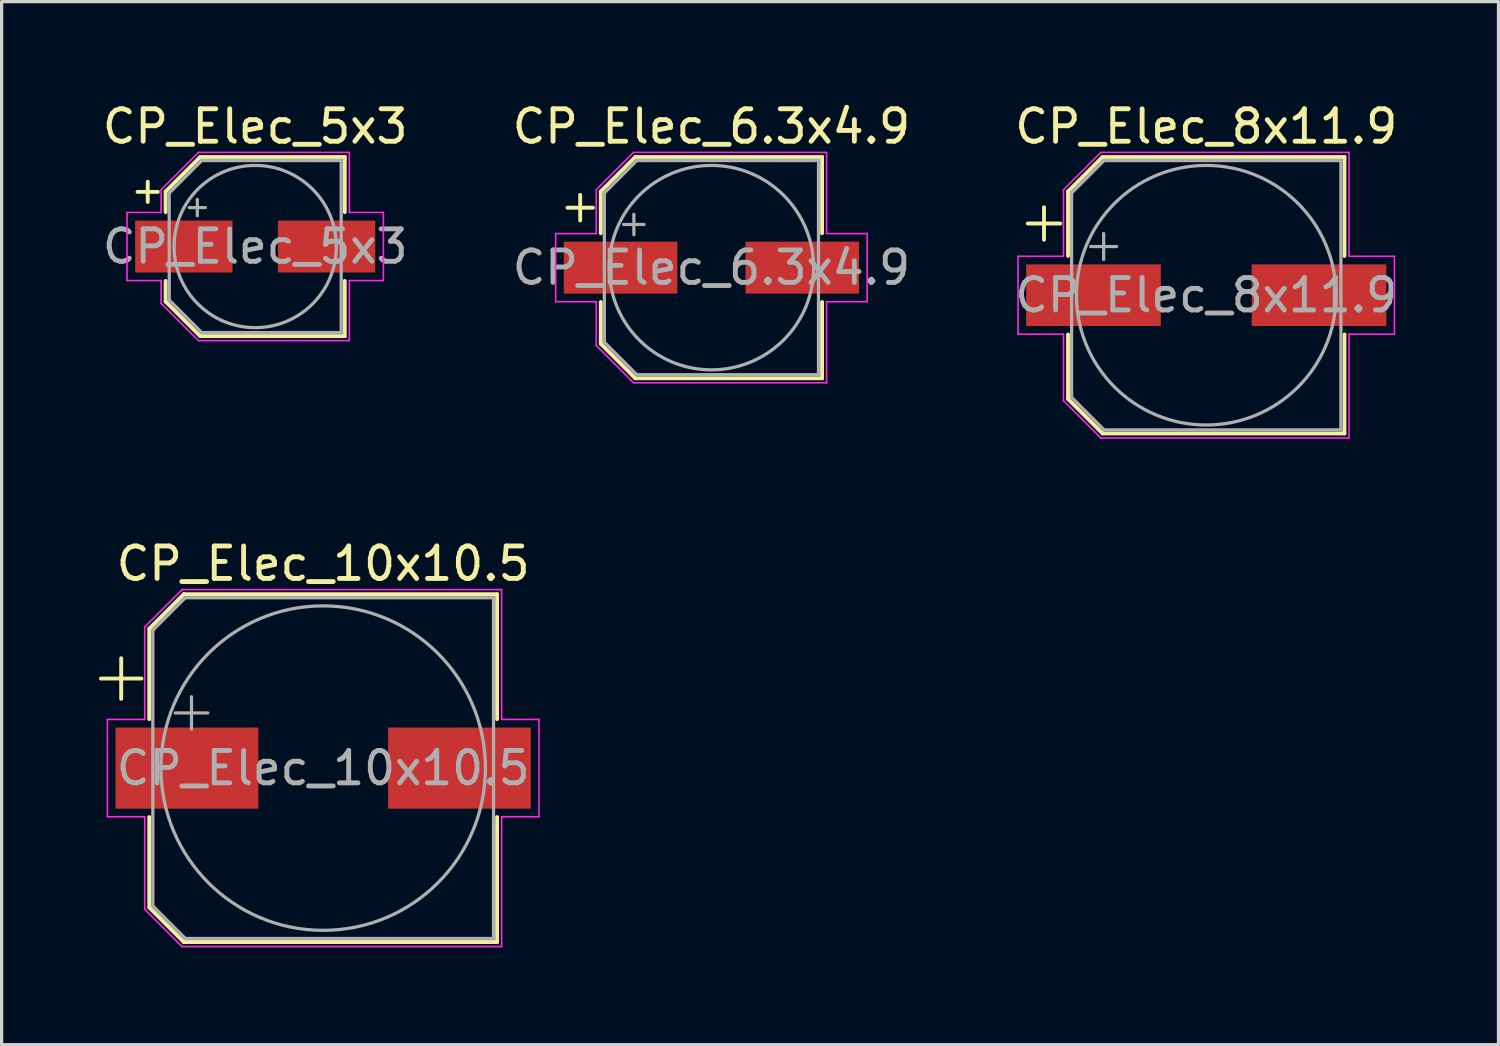
<source format=kicad_pcb>
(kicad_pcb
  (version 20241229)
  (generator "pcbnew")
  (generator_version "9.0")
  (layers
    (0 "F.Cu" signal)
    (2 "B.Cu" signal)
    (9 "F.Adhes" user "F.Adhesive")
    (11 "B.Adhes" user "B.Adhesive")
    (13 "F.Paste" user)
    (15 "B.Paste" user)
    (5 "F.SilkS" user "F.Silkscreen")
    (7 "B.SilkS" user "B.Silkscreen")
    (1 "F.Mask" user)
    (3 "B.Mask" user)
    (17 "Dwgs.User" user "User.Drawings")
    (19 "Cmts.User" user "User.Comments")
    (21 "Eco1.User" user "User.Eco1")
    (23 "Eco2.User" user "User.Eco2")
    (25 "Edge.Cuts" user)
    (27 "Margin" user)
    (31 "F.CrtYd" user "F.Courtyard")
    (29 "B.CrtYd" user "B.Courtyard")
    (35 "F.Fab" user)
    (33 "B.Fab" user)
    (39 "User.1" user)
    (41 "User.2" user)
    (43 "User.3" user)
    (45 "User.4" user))
  (footprint "CP_Elec_10x10.5"
    (layer "F.Cu")
    (at 6.91 20.622)
    (property "Reference" "CP_Elec_10x10.5" (at 0 -6.3 0) (layer "F.SilkS") (effects (font (size 1 1) (thickness 0.15))))
    (attr smd)
    (fp_line (start -6.85 -2.76) (end -5.6 -2.76) (stroke (width 0.12) (type solid)) (layer "F.SilkS"))
    (fp_line (start -6.225 -3.385) (end -6.225 -2.135) (stroke (width 0.12) (type solid)) (layer "F.SilkS"))
    (fp_line (start -5.36 -4.296) (end -5.36 -1.51) (stroke (width 0.12) (type solid)) (layer "F.SilkS"))
    (fp_line (start -5.36 -4.296) (end -4.296 -5.36) (stroke (width 0.12) (type solid)) (layer "F.SilkS"))
    (fp_line (start -5.36 4.296) (end -5.36 1.51) (stroke (width 0.12) (type solid)) (layer "F.SilkS"))
    (fp_line (start -5.36 4.296) (end -4.296 5.36) (stroke (width 0.12) (type solid)) (layer "F.SilkS"))
    (fp_line (start -4.296 -5.36) (end 5.36 -5.36) (stroke (width 0.12) (type solid)) (layer "F.SilkS"))
    (fp_line (start -4.296 5.36) (end 5.36 5.36) (stroke (width 0.12) (type solid)) (layer "F.SilkS"))
    (fp_line (start 5.36 -5.36) (end 5.36 -1.51) (stroke (width 0.12) (type solid)) (layer "F.SilkS"))
    (fp_line (start 5.36 5.36) (end 5.36 1.51) (stroke (width 0.12) (type solid)) (layer "F.SilkS"))
    (fp_line (start -6.65 -1.5) (end -6.65 1.5) (stroke (width 0.05) (type solid)) (layer "F.CrtYd"))
    (fp_line (start -6.65 1.5) (end -5.5 1.5) (stroke (width 0.05) (type solid)) (layer "F.CrtYd"))
    (fp_line (start -5.5 -4.35) (end -5.5 -1.5) (stroke (width 0.05) (type solid)) (layer "F.CrtYd"))
    (fp_line (start -5.5 -4.35) (end -4.35 -5.5) (stroke (width 0.05) (type solid)) (layer "F.CrtYd"))
    (fp_line (start -5.5 -1.5) (end -6.65 -1.5) (stroke (width 0.05) (type solid)) (layer "F.CrtYd"))
    (fp_line (start -5.5 1.5) (end -5.5 4.35) (stroke (width 0.05) (type solid)) (layer "F.CrtYd"))
    (fp_line (start -5.5 4.35) (end -4.35 5.5) (stroke (width 0.05) (type solid)) (layer "F.CrtYd"))
    (fp_line (start -4.35 -5.5) (end 5.5 -5.5) (stroke (width 0.05) (type solid)) (layer "F.CrtYd"))
    (fp_line (start -4.35 5.5) (end 5.5 5.5) (stroke (width 0.05) (type solid)) (layer "F.CrtYd"))
    (fp_line (start 5.5 -5.5) (end 5.5 -1.5) (stroke (width 0.05) (type solid)) (layer "F.CrtYd"))
    (fp_line (start 5.5 -1.5) (end 6.65 -1.5) (stroke (width 0.05) (type solid)) (layer "F.CrtYd"))
    (fp_line (start 5.5 1.5) (end 5.5 5.5) (stroke (width 0.05) (type solid)) (layer "F.CrtYd"))
    (fp_line (start 6.65 -1.5) (end 6.65 1.5) (stroke (width 0.05) (type solid)) (layer "F.CrtYd"))
    (fp_line (start 6.65 1.5) (end 5.5 1.5) (stroke (width 0.05) (type solid)) (layer "F.CrtYd"))
    (fp_line (start -5.25 -4.25) (end -5.25 4.25) (stroke (width 0.1) (type solid)) (layer "F.Fab"))
    (fp_line (start -5.25 -4.25) (end -4.25 -5.25) (stroke (width 0.1) (type solid)) (layer "F.Fab"))
    (fp_line (start -5.25 4.25) (end -4.25 5.25) (stroke (width 0.1) (type solid)) (layer "F.Fab"))
    (fp_line (start -4.558 -1.7) (end -3.558 -1.7) (stroke (width 0.1) (type solid)) (layer "F.Fab"))
    (fp_line (start -4.25 -5.25) (end 5.25 -5.25) (stroke (width 0.1) (type solid)) (layer "F.Fab"))
    (fp_line (start -4.25 5.25) (end 5.25 5.25) (stroke (width 0.1) (type solid)) (layer "F.Fab"))
    (fp_line (start -4.058 -2.2) (end -4.058 -1.2) (stroke (width 0.1) (type solid)) (layer "F.Fab"))
    (fp_line (start 5.25 -5.25) (end 5.25 5.25) (stroke (width 0.1) (type solid)) (layer "F.Fab"))
    (fp_circle (center 0 0) (end 5 0) (stroke (width 0.1) (type solid)) (fill no) (layer "F.Fab"))
    (fp_text user "${REFERENCE}" (at 0 0 0) (layer "F.Fab") (effects (font (size 1 1) (thickness 0.15))))
    (pad "1" smd rect (at -4.2 0) (size 4.4 2.5) (layers "F.Cu" "F.Mask" "F.Paste"))
    (pad "2" smd rect (at 4.2 0) (size 4.4 2.5) (layers "F.Cu" "F.Mask" "F.Paste")))
  (footprint "CP_Elec_8x11.9"
    (layer "F.Cu")
    (at 34.125 6.048)
    (property "Reference" "CP_Elec_8x11.9" (at 0 -5.2 0) (layer "F.SilkS") (effects (font (size 1 1) (thickness 0.15))))
    (attr smd)
    (fp_line (start -5.5 -2.21) (end -4.5 -2.21) (stroke (width 0.12) (type solid)) (layer "F.SilkS"))
    (fp_line (start -5 -2.71) (end -5 -1.71) (stroke (width 0.12) (type solid)) (layer "F.SilkS"))
    (fp_line (start -4.26 -3.196) (end -4.26 -1.21) (stroke (width 0.12) (type solid)) (layer "F.SilkS"))
    (fp_line (start -4.26 -3.196) (end -3.196 -4.26) (stroke (width 0.12) (type solid)) (layer "F.SilkS"))
    (fp_line (start -4.26 3.196) (end -4.26 1.21) (stroke (width 0.12) (type solid)) (layer "F.SilkS"))
    (fp_line (start -4.26 3.196) (end -3.196 4.26) (stroke (width 0.12) (type solid)) (layer "F.SilkS"))
    (fp_line (start -3.196 -4.26) (end 4.26 -4.26) (stroke (width 0.12) (type solid)) (layer "F.SilkS"))
    (fp_line (start -3.196 4.26) (end 4.26 4.26) (stroke (width 0.12) (type solid)) (layer "F.SilkS"))
    (fp_line (start 4.26 -4.26) (end 4.26 -1.21) (stroke (width 0.12) (type solid)) (layer "F.SilkS"))
    (fp_line (start 4.26 4.26) (end 4.26 1.21) (stroke (width 0.12) (type solid)) (layer "F.SilkS"))
    (fp_line (start -5.8 -1.2) (end -5.8 1.2) (stroke (width 0.05) (type solid)) (layer "F.CrtYd"))
    (fp_line (start -5.8 1.2) (end -4.4 1.2) (stroke (width 0.05) (type solid)) (layer "F.CrtYd"))
    (fp_line (start -4.4 -3.25) (end -4.4 -1.2) (stroke (width 0.05) (type solid)) (layer "F.CrtYd"))
    (fp_line (start -4.4 -3.25) (end -3.25 -4.4) (stroke (width 0.05) (type solid)) (layer "F.CrtYd"))
    (fp_line (start -4.4 -1.2) (end -5.8 -1.2) (stroke (width 0.05) (type solid)) (layer "F.CrtYd"))
    (fp_line (start -4.4 1.2) (end -4.4 3.25) (stroke (width 0.05) (type solid)) (layer "F.CrtYd"))
    (fp_line (start -4.4 3.25) (end -3.25 4.4) (stroke (width 0.05) (type solid)) (layer "F.CrtYd"))
    (fp_line (start -3.25 -4.4) (end 4.4 -4.4) (stroke (width 0.05) (type solid)) (layer "F.CrtYd"))
    (fp_line (start -3.25 4.4) (end 4.4 4.4) (stroke (width 0.05) (type solid)) (layer "F.CrtYd"))
    (fp_line (start 4.4 -4.4) (end 4.4 -1.2) (stroke (width 0.05) (type solid)) (layer "F.CrtYd"))
    (fp_line (start 4.4 -1.2) (end 5.8 -1.2) (stroke (width 0.05) (type solid)) (layer "F.CrtYd"))
    (fp_line (start 4.4 1.2) (end 4.4 4.4) (stroke (width 0.05) (type solid)) (layer "F.CrtYd"))
    (fp_line (start 5.8 -1.2) (end 5.8 1.2) (stroke (width 0.05) (type solid)) (layer "F.CrtYd"))
    (fp_line (start 5.8 1.2) (end 4.4 1.2) (stroke (width 0.05) (type solid)) (layer "F.CrtYd"))
    (fp_line (start -4.15 -3.15) (end -4.15 3.15) (stroke (width 0.1) (type solid)) (layer "F.Fab"))
    (fp_line (start -4.15 -3.15) (end -3.15 -4.15) (stroke (width 0.1) (type solid)) (layer "F.Fab"))
    (fp_line (start -4.15 3.15) (end -3.15 4.15) (stroke (width 0.1) (type solid)) (layer "F.Fab"))
    (fp_line (start -3.562 -1.5) (end -2.762 -1.5) (stroke (width 0.1) (type solid)) (layer "F.Fab"))
    (fp_line (start -3.162 -1.9) (end -3.162 -1.1) (stroke (width 0.1) (type solid)) (layer "F.Fab"))
    (fp_line (start -3.15 -4.15) (end 4.15 -4.15) (stroke (width 0.1) (type solid)) (layer "F.Fab"))
    (fp_line (start -3.15 4.15) (end 4.15 4.15) (stroke (width 0.1) (type solid)) (layer "F.Fab"))
    (fp_line (start 4.15 -4.15) (end 4.15 4.15) (stroke (width 0.1) (type solid)) (layer "F.Fab"))
    (fp_circle (center 0 0) (end 4 0) (stroke (width 0.1) (type solid)) (fill no) (layer "F.Fab"))
    (fp_text user "${REFERENCE}" (at 0 0 0) (layer "F.Fab") (effects (font (size 1 1) (thickness 0.15))))
    (pad "1" smd rect (at -3.475 0) (size 4.15 1.9) (layers "F.Cu" "F.Mask" "F.Paste"))
    (pad "2" smd rect (at 3.475 0) (size 4.15 1.9) (layers "F.Cu" "F.Mask" "F.Paste")))
  (footprint "CP_Elec_6.3x4.9"
    (layer "F.Cu")
    (at 18.875 5.198)
    (property "Reference" "CP_Elec_6.3x4.9" (at 0 -4.35 0) (layer "F.SilkS") (effects (font (size 1 1) (thickness 0.15))))
    (attr smd)
    (fp_line (start -4.438 -1.847) (end -3.65 -1.847) (stroke (width 0.12) (type solid)) (layer "F.SilkS"))
    (fp_line (start -4.044 -2.241) (end -4.044 -1.454) (stroke (width 0.12) (type solid)) (layer "F.SilkS"))
    (fp_line (start -3.41 -2.346) (end -3.41 -1.06) (stroke (width 0.12) (type solid)) (layer "F.SilkS"))
    (fp_line (start -3.41 -2.346) (end -2.346 -3.41) (stroke (width 0.12) (type solid)) (layer "F.SilkS"))
    (fp_line (start -3.41 2.346) (end -3.41 1.06) (stroke (width 0.12) (type solid)) (layer "F.SilkS"))
    (fp_line (start -3.41 2.346) (end -2.346 3.41) (stroke (width 0.12) (type solid)) (layer "F.SilkS"))
    (fp_line (start -2.346 -3.41) (end 3.41 -3.41) (stroke (width 0.12) (type solid)) (layer "F.SilkS"))
    (fp_line (start -2.346 3.41) (end 3.41 3.41) (stroke (width 0.12) (type solid)) (layer "F.SilkS"))
    (fp_line (start 3.41 -3.41) (end 3.41 -1.06) (stroke (width 0.12) (type solid)) (layer "F.SilkS"))
    (fp_line (start 3.41 3.41) (end 3.41 1.06) (stroke (width 0.12) (type solid)) (layer "F.SilkS"))
    (fp_line (start -4.8 -1.05) (end -4.8 1.05) (stroke (width 0.05) (type solid)) (layer "F.CrtYd"))
    (fp_line (start -4.8 1.05) (end -3.55 1.05) (stroke (width 0.05) (type solid)) (layer "F.CrtYd"))
    (fp_line (start -3.55 -2.4) (end -3.55 -1.05) (stroke (width 0.05) (type solid)) (layer "F.CrtYd"))
    (fp_line (start -3.55 -2.4) (end -2.4 -3.55) (stroke (width 0.05) (type solid)) (layer "F.CrtYd"))
    (fp_line (start -3.55 -1.05) (end -4.8 -1.05) (stroke (width 0.05) (type solid)) (layer "F.CrtYd"))
    (fp_line (start -3.55 1.05) (end -3.55 2.4) (stroke (width 0.05) (type solid)) (layer "F.CrtYd"))
    (fp_line (start -3.55 2.4) (end -2.4 3.55) (stroke (width 0.05) (type solid)) (layer "F.CrtYd"))
    (fp_line (start -2.4 -3.55) (end 3.55 -3.55) (stroke (width 0.05) (type solid)) (layer "F.CrtYd"))
    (fp_line (start -2.4 3.55) (end 3.55 3.55) (stroke (width 0.05) (type solid)) (layer "F.CrtYd"))
    (fp_line (start 3.55 -3.55) (end 3.55 -1.05) (stroke (width 0.05) (type solid)) (layer "F.CrtYd"))
    (fp_line (start 3.55 -1.05) (end 4.8 -1.05) (stroke (width 0.05) (type solid)) (layer "F.CrtYd"))
    (fp_line (start 3.55 1.05) (end 3.55 3.55) (stroke (width 0.05) (type solid)) (layer "F.CrtYd"))
    (fp_line (start 4.8 -1.05) (end 4.8 1.05) (stroke (width 0.05) (type solid)) (layer "F.CrtYd"))
    (fp_line (start 4.8 1.05) (end 3.55 1.05) (stroke (width 0.05) (type solid)) (layer "F.CrtYd"))
    (fp_line (start -3.3 -2.3) (end -3.3 2.3) (stroke (width 0.1) (type solid)) (layer "F.Fab"))
    (fp_line (start -3.3 -2.3) (end -2.3 -3.3) (stroke (width 0.1) (type solid)) (layer "F.Fab"))
    (fp_line (start -3.3 2.3) (end -2.3 3.3) (stroke (width 0.1) (type solid)) (layer "F.Fab"))
    (fp_line (start -2.705 -1.33) (end -2.075 -1.33) (stroke (width 0.1) (type solid)) (layer "F.Fab"))
    (fp_line (start -2.39 -1.645) (end -2.39 -1.015) (stroke (width 0.1) (type solid)) (layer "F.Fab"))
    (fp_line (start -2.3 -3.3) (end 3.3 -3.3) (stroke (width 0.1) (type solid)) (layer "F.Fab"))
    (fp_line (start -2.3 3.3) (end 3.3 3.3) (stroke (width 0.1) (type solid)) (layer "F.Fab"))
    (fp_line (start 3.3 -3.3) (end 3.3 3.3) (stroke (width 0.1) (type solid)) (layer "F.Fab"))
    (fp_circle (center 0 0) (end 3.15 0) (stroke (width 0.1) (type solid)) (fill no) (layer "F.Fab"))
    (fp_text user "${REFERENCE}" (at 0 0 0) (layer "F.Fab") (effects (font (size 1 1) (thickness 0.15))))
    (pad "1" smd rect (at -2.8 0) (size 3.5 1.6) (layers "F.Cu" "F.Mask" "F.Paste"))
    (pad "2" smd rect (at 2.8 0) (size 3.5 1.6) (layers "F.Cu" "F.Mask" "F.Paste")))
  (footprint "CP_Elec_5x3"
    (layer "F.Cu")
    (at 4.815 4.548)
    (property "Reference" "CP_Elec_5x3" (at 0 -3.7 0) (layer "F.SilkS") (effects (font (size 1 1) (thickness 0.15))))
    (attr smd)
    (fp_line (start -3.625 -1.685) (end -3 -1.685) (stroke (width 0.12) (type solid)) (layer "F.SilkS"))
    (fp_line (start -3.312 -1.998) (end -3.312 -1.373) (stroke (width 0.12) (type solid)) (layer "F.SilkS"))
    (fp_line (start -2.76 -1.696) (end -2.76 -1.06) (stroke (width 0.12) (type solid)) (layer "F.SilkS"))
    (fp_line (start -2.76 -1.696) (end -1.696 -2.76) (stroke (width 0.12) (type solid)) (layer "F.SilkS"))
    (fp_line (start -2.76 1.696) (end -2.76 1.06) (stroke (width 0.12) (type solid)) (layer "F.SilkS"))
    (fp_line (start -2.76 1.696) (end -1.696 2.76) (stroke (width 0.12) (type solid)) (layer "F.SilkS"))
    (fp_line (start -1.696 -2.76) (end 2.76 -2.76) (stroke (width 0.12) (type solid)) (layer "F.SilkS"))
    (fp_line (start -1.696 2.76) (end 2.76 2.76) (stroke (width 0.12) (type solid)) (layer "F.SilkS"))
    (fp_line (start 2.76 -2.76) (end 2.76 -1.06) (stroke (width 0.12) (type solid)) (layer "F.SilkS"))
    (fp_line (start 2.76 2.76) (end 2.76 1.06) (stroke (width 0.12) (type solid)) (layer "F.SilkS"))
    (fp_line (start -3.95 -1.05) (end -3.95 1.05) (stroke (width 0.05) (type solid)) (layer "F.CrtYd"))
    (fp_line (start -3.95 1.05) (end -2.9 1.05) (stroke (width 0.05) (type solid)) (layer "F.CrtYd"))
    (fp_line (start -2.9 -1.75) (end -2.9 -1.05) (stroke (width 0.05) (type solid)) (layer "F.CrtYd"))
    (fp_line (start -2.9 -1.75) (end -1.75 -2.9) (stroke (width 0.05) (type solid)) (layer "F.CrtYd"))
    (fp_line (start -2.9 -1.05) (end -3.95 -1.05) (stroke (width 0.05) (type solid)) (layer "F.CrtYd"))
    (fp_line (start -2.9 1.05) (end -2.9 1.75) (stroke (width 0.05) (type solid)) (layer "F.CrtYd"))
    (fp_line (start -2.9 1.75) (end -1.75 2.9) (stroke (width 0.05) (type solid)) (layer "F.CrtYd"))
    (fp_line (start -1.75 -2.9) (end 2.9 -2.9) (stroke (width 0.05) (type solid)) (layer "F.CrtYd"))
    (fp_line (start -1.75 2.9) (end 2.9 2.9) (stroke (width 0.05) (type solid)) (layer "F.CrtYd"))
    (fp_line (start 2.9 -2.9) (end 2.9 -1.05) (stroke (width 0.05) (type solid)) (layer "F.CrtYd"))
    (fp_line (start 2.9 -1.05) (end 3.95 -1.05) (stroke (width 0.05) (type solid)) (layer "F.CrtYd"))
    (fp_line (start 2.9 1.05) (end 2.9 2.9) (stroke (width 0.05) (type solid)) (layer "F.CrtYd"))
    (fp_line (start 3.95 -1.05) (end 3.95 1.05) (stroke (width 0.05) (type solid)) (layer "F.CrtYd"))
    (fp_line (start 3.95 1.05) (end 2.9 1.05) (stroke (width 0.05) (type solid)) (layer "F.CrtYd"))
    (fp_line (start -2.65 -1.65) (end -2.65 1.65) (stroke (width 0.1) (type solid)) (layer "F.Fab"))
    (fp_line (start -2.65 -1.65) (end -1.65 -2.65) (stroke (width 0.1) (type solid)) (layer "F.Fab"))
    (fp_line (start -2.65 1.65) (end -1.65 2.65) (stroke (width 0.1) (type solid)) (layer "F.Fab"))
    (fp_line (start -2.034 -1.2) (end -1.534 -1.2) (stroke (width 0.1) (type solid)) (layer "F.Fab"))
    (fp_line (start -1.784 -1.45) (end -1.784 -0.95) (stroke (width 0.1) (type solid)) (layer "F.Fab"))
    (fp_line (start -1.65 -2.65) (end 2.65 -2.65) (stroke (width 0.1) (type solid)) (layer "F.Fab"))
    (fp_line (start -1.65 2.65) (end 2.65 2.65) (stroke (width 0.1) (type solid)) (layer "F.Fab"))
    (fp_line (start 2.65 -2.65) (end 2.65 2.65) (stroke (width 0.1) (type solid)) (layer "F.Fab"))
    (fp_circle (center 0 0) (end 2.5 0) (stroke (width 0.1) (type solid)) (fill no) (layer "F.Fab"))
    (fp_text user "${REFERENCE}" (at 0 0 0) (layer "F.Fab") (effects (font (size 1 1) (thickness 0.15))))
    (pad "1" smd rect (at -2.2 0) (size 3 1.6) (layers "F.Cu" "F.Mask" "F.Paste"))
    (pad "2" smd rect (at 2.2 0) (size 3 1.6) (layers "F.Cu" "F.Mask" "F.Paste")))
  (gr_rect
    (start -3 -3)
    (end 43.131 29.146)
    (stroke (width 0.1) (type default))
    (fill no)
    (layer "Edge.Cuts")))
</source>
